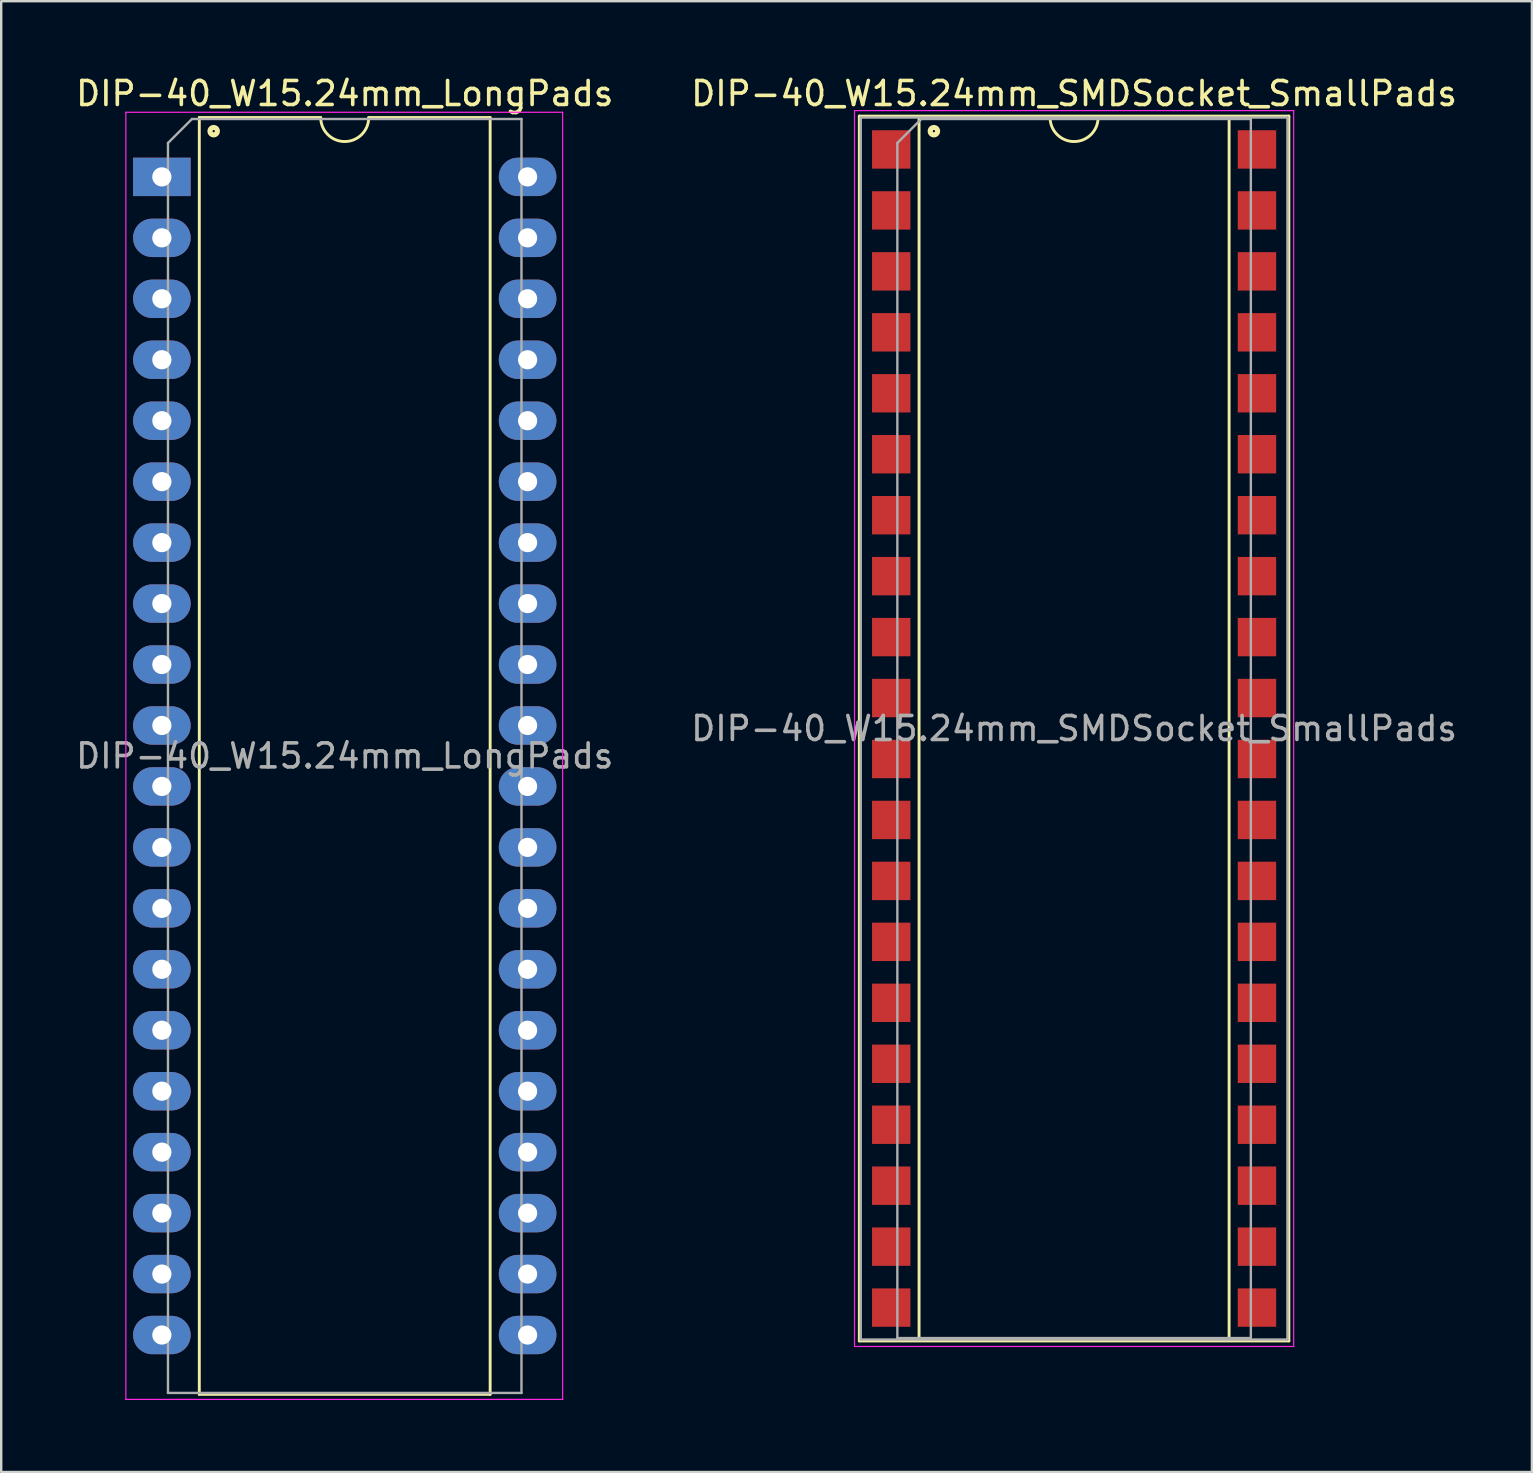
<source format=kicad_pcb>
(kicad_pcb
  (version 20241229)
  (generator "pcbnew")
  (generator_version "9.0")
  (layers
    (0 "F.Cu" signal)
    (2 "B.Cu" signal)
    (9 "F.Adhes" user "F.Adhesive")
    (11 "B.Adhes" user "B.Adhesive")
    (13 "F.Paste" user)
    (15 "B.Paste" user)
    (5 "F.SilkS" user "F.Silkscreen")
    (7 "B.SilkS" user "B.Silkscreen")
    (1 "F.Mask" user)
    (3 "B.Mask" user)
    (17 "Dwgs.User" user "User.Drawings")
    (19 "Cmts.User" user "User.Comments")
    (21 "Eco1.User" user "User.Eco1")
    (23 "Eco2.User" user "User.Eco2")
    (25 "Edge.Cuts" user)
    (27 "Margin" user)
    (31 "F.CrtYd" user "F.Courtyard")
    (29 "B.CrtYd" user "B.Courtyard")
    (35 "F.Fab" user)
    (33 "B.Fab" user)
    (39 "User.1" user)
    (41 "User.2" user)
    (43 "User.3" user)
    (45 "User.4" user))
  (footprint "DIP-40_W15.24mm_LongPads"
    (layer "F.Cu")
    (at 3.695 4.321)
    (property "Reference" "DIP-40_W15.24mm_LongPads" (at 7.62 -3.473 0) (layer "F.SilkS") (effects (font (size 1 1) (thickness 0.15))))
    (attr through_hole)
    (fp_line (start 1.56 -2.473) (end 1.56 50.733) (stroke (width 0.12) (type solid)) (layer "F.SilkS"))
    (fp_line (start 1.56 50.733) (end 13.68 50.733) (stroke (width 0.12) (type solid)) (layer "F.SilkS"))
    (fp_line (start 6.62 -2.473) (end 1.56 -2.473) (stroke (width 0.12) (type solid)) (layer "F.SilkS"))
    (fp_line (start 13.68 -2.473) (end 8.62 -2.473) (stroke (width 0.12) (type solid)) (layer "F.SilkS"))
    (fp_line (start 13.68 50.733) (end 13.68 -2.473) (stroke (width 0.12) (type solid)) (layer "F.SilkS"))
    (fp_arc (start 8.62 -2.473) (mid 7.62 -1.473) (end 6.62 -2.473) (stroke (width 0.12) (type solid)) (layer "F.SilkS"))
    (fp_circle (center 2.159 -1.905) (end 2.209 -1.905) (stroke (width 0.12) (type solid)) (fill no) (layer "F.SilkS"))
    (fp_circle (center 2.159 -1.905) (end 2.284 -1.905) (stroke (width 0.12) (type solid)) (fill no) (layer "F.SilkS"))
    (fp_circle (center 2.159 -1.905) (end 2.359 -1.905) (stroke (width 0.12) (type solid)) (fill no) (layer "F.SilkS"))
    (fp_line (start -1.5 -2.693) (end -1.5 50.943) (stroke (width 0.05) (type solid)) (layer "F.CrtYd"))
    (fp_line (start -1.5 50.943) (end 16.7 50.943) (stroke (width 0.05) (type solid)) (layer "F.CrtYd"))
    (fp_line (start 16.7 -2.693) (end -1.5 -2.693) (stroke (width 0.05) (type solid)) (layer "F.CrtYd"))
    (fp_line (start 16.7 50.943) (end 16.7 -2.693) (stroke (width 0.05) (type solid)) (layer "F.CrtYd"))
    (fp_line (start 0.255 -1.413) (end 1.255 -2.413) (stroke (width 0.1) (type solid)) (layer "F.Fab"))
    (fp_line (start 0.255 50.673) (end 0.255 -1.413) (stroke (width 0.1) (type solid)) (layer "F.Fab"))
    (fp_line (start 1.255 -2.413) (end 14.985 -2.413) (stroke (width 0.1) (type solid)) (layer "F.Fab"))
    (fp_line (start 14.985 -2.413) (end 14.985 50.673) (stroke (width 0.1) (type solid)) (layer "F.Fab"))
    (fp_line (start 14.985 50.673) (end 0.255 50.673) (stroke (width 0.1) (type solid)) (layer "F.Fab"))
    (fp_text user "${REFERENCE}" (at 7.62 24.13 0) (layer "F.Fab") (effects (font (size 1 1) (thickness 0.15))))
    (pad "1" thru_hole rect (at 0 0) (size 2.4 1.6) (drill 0.8) (layers "*.Cu" "*.Mask"))
    (pad "2" thru_hole oval (at 0 2.54) (size 2.4 1.6) (drill 0.8) (layers "*.Cu" "*.Mask"))
    (pad "3" thru_hole oval (at 0 5.08) (size 2.4 1.6) (drill 0.8) (layers "*.Cu" "*.Mask"))
    (pad "4" thru_hole oval (at 0 7.62) (size 2.4 1.6) (drill 0.8) (layers "*.Cu" "*.Mask"))
    (pad "5" thru_hole oval (at 0 10.16) (size 2.4 1.6) (drill 0.8) (layers "*.Cu" "*.Mask"))
    (pad "6" thru_hole oval (at 0 12.7) (size 2.4 1.6) (drill 0.8) (layers "*.Cu" "*.Mask"))
    (pad "7" thru_hole oval (at 0 15.24) (size 2.4 1.6) (drill 0.8) (layers "*.Cu" "*.Mask"))
    (pad "8" thru_hole oval (at 0 17.78) (size 2.4 1.6) (drill 0.8) (layers "*.Cu" "*.Mask"))
    (pad "9" thru_hole oval (at 0 20.32) (size 2.4 1.6) (drill 0.8) (layers "*.Cu" "*.Mask"))
    (pad "10" thru_hole oval (at 0 22.86) (size 2.4 1.6) (drill 0.8) (layers "*.Cu" "*.Mask"))
    (pad "11" thru_hole oval (at 0 25.4) (size 2.4 1.6) (drill 0.8) (layers "*.Cu" "*.Mask"))
    (pad "12" thru_hole oval (at 0 27.94) (size 2.4 1.6) (drill 0.8) (layers "*.Cu" "*.Mask"))
    (pad "13" thru_hole oval (at 0 30.48) (size 2.4 1.6) (drill 0.8) (layers "*.Cu" "*.Mask"))
    (pad "14" thru_hole oval (at 0 33.02) (size 2.4 1.6) (drill 0.8) (layers "*.Cu" "*.Mask"))
    (pad "15" thru_hole oval (at 0 35.56) (size 2.4 1.6) (drill 0.8) (layers "*.Cu" "*.Mask"))
    (pad "16" thru_hole oval (at 0 38.1) (size 2.4 1.6) (drill 0.8) (layers "*.Cu" "*.Mask"))
    (pad "17" thru_hole oval (at 0 40.64) (size 2.4 1.6) (drill 0.8) (layers "*.Cu" "*.Mask"))
    (pad "18" thru_hole oval (at 0 43.18) (size 2.4 1.6) (drill 0.8) (layers "*.Cu" "*.Mask"))
    (pad "19" thru_hole oval (at 0 45.72) (size 2.4 1.6) (drill 0.8) (layers "*.Cu" "*.Mask"))
    (pad "20" thru_hole oval (at 0 48.26) (size 2.4 1.6) (drill 0.8) (layers "*.Cu" "*.Mask"))
    (pad "21" thru_hole oval (at 15.24 48.26) (size 2.4 1.6) (drill 0.8) (layers "*.Cu" "*.Mask"))
    (pad "22" thru_hole oval (at 15.24 45.72) (size 2.4 1.6) (drill 0.8) (layers "*.Cu" "*.Mask"))
    (pad "23" thru_hole oval (at 15.24 43.18) (size 2.4 1.6) (drill 0.8) (layers "*.Cu" "*.Mask"))
    (pad "24" thru_hole oval (at 15.24 40.64) (size 2.4 1.6) (drill 0.8) (layers "*.Cu" "*.Mask"))
    (pad "25" thru_hole oval (at 15.24 38.1) (size 2.4 1.6) (drill 0.8) (layers "*.Cu" "*.Mask"))
    (pad "26" thru_hole oval (at 15.24 35.56) (size 2.4 1.6) (drill 0.8) (layers "*.Cu" "*.Mask"))
    (pad "27" thru_hole oval (at 15.24 33.02) (size 2.4 1.6) (drill 0.8) (layers "*.Cu" "*.Mask"))
    (pad "28" thru_hole oval (at 15.24 30.48) (size 2.4 1.6) (drill 0.8) (layers "*.Cu" "*.Mask"))
    (pad "29" thru_hole oval (at 15.24 27.94) (size 2.4 1.6) (drill 0.8) (layers "*.Cu" "*.Mask"))
    (pad "30" thru_hole oval (at 15.24 25.4) (size 2.4 1.6) (drill 0.8) (layers "*.Cu" "*.Mask"))
    (pad "31" thru_hole oval (at 15.24 22.86) (size 2.4 1.6) (drill 0.8) (layers "*.Cu" "*.Mask"))
    (pad "32" thru_hole oval (at 15.24 20.32) (size 2.4 1.6) (drill 0.8) (layers "*.Cu" "*.Mask"))
    (pad "33" thru_hole oval (at 15.24 17.78) (size 2.4 1.6) (drill 0.8) (layers "*.Cu" "*.Mask"))
    (pad "34" thru_hole oval (at 15.24 15.24) (size 2.4 1.6) (drill 0.8) (layers "*.Cu" "*.Mask"))
    (pad "35" thru_hole oval (at 15.24 12.7) (size 2.4 1.6) (drill 0.8) (layers "*.Cu" "*.Mask"))
    (pad "36" thru_hole oval (at 15.24 10.16) (size 2.4 1.6) (drill 0.8) (layers "*.Cu" "*.Mask"))
    (pad "37" thru_hole oval (at 15.24 7.62) (size 2.4 1.6) (drill 0.8) (layers "*.Cu" "*.Mask"))
    (pad "38" thru_hole oval (at 15.24 5.08) (size 2.4 1.6) (drill 0.8) (layers "*.Cu" "*.Mask"))
    (pad "39" thru_hole oval (at 15.24 2.54) (size 2.4 1.6) (drill 0.8) (layers "*.Cu" "*.Mask"))
    (pad "40" thru_hole oval (at 15.24 0) (size 2.4 1.6) (drill 0.8) (layers "*.Cu" "*.Mask")))
  (footprint "DIP-40_W15.24mm_SMDSocket_SmallPads"
    (layer "F.Cu")
    (at 41.708 27.308)
    (property "Reference" "DIP-40_W15.24mm_SMDSocket_SmallPads" (at 0 -26.46 0) (layer "F.SilkS") (effects (font (size 1 1) (thickness 0.15))))
    (attr smd)
    (fp_line (start -8.95 -25.52) (end -8.95 25.52) (stroke (width 0.12) (type solid)) (layer "F.SilkS"))
    (fp_line (start -8.95 25.52) (end 8.95 25.52) (stroke (width 0.12) (type solid)) (layer "F.SilkS"))
    (fp_line (start -6.46 -25.46) (end -6.46 25.46) (stroke (width 0.12) (type solid)) (layer "F.SilkS"))
    (fp_line (start -6.46 25.46) (end 6.46 25.46) (stroke (width 0.12) (type solid)) (layer "F.SilkS"))
    (fp_line (start -1 -25.46) (end -6.46 -25.46) (stroke (width 0.12) (type solid)) (layer "F.SilkS"))
    (fp_line (start 6.46 -25.46) (end 1 -25.46) (stroke (width 0.12) (type solid)) (layer "F.SilkS"))
    (fp_line (start 6.46 25.46) (end 6.46 -25.46) (stroke (width 0.12) (type solid)) (layer "F.SilkS"))
    (fp_line (start 8.95 -25.52) (end -8.95 -25.52) (stroke (width 0.12) (type solid)) (layer "F.SilkS"))
    (fp_line (start 8.95 25.52) (end 8.95 -25.52) (stroke (width 0.12) (type solid)) (layer "F.SilkS"))
    (fp_arc (start 1 -25.46) (mid 0 -24.46) (end -1 -25.46) (stroke (width 0.12) (type solid)) (layer "F.SilkS"))
    (fp_circle (center -5.842 -24.892) (end -5.792 -24.892) (stroke (width 0.12) (type solid)) (fill no) (layer "F.SilkS"))
    (fp_circle (center -5.842 -24.892) (end -5.717 -24.892) (stroke (width 0.12) (type solid)) (fill no) (layer "F.SilkS"))
    (fp_circle (center -5.842 -24.892) (end -5.642 -24.892) (stroke (width 0.12) (type solid)) (fill no) (layer "F.SilkS"))
    (fp_line (start -9.15 -25.75) (end -9.15 25.75) (stroke (width 0.05) (type solid)) (layer "F.CrtYd"))
    (fp_line (start -9.15 25.75) (end 9.15 25.75) (stroke (width 0.05) (type solid)) (layer "F.CrtYd"))
    (fp_line (start 9.15 -25.75) (end -9.15 -25.75) (stroke (width 0.05) (type solid)) (layer "F.CrtYd"))
    (fp_line (start 9.15 25.75) (end 9.15 -25.75) (stroke (width 0.05) (type solid)) (layer "F.CrtYd"))
    (fp_line (start -8.89 -25.46) (end -8.89 25.46) (stroke (width 0.1) (type solid)) (layer "F.Fab"))
    (fp_line (start -8.89 25.46) (end 8.89 25.46) (stroke (width 0.1) (type solid)) (layer "F.Fab"))
    (fp_line (start -7.365 -24.4) (end -6.365 -25.4) (stroke (width 0.1) (type solid)) (layer "F.Fab"))
    (fp_line (start -7.365 25.4) (end -7.365 -24.4) (stroke (width 0.1) (type solid)) (layer "F.Fab"))
    (fp_line (start -6.365 -25.4) (end 7.365 -25.4) (stroke (width 0.1) (type solid)) (layer "F.Fab"))
    (fp_line (start 7.365 -25.4) (end 7.365 25.4) (stroke (width 0.1) (type solid)) (layer "F.Fab"))
    (fp_line (start 7.365 25.4) (end -7.365 25.4) (stroke (width 0.1) (type solid)) (layer "F.Fab"))
    (fp_line (start 8.89 -25.46) (end -8.89 -25.46) (stroke (width 0.1) (type solid)) (layer "F.Fab"))
    (fp_line (start 8.89 25.46) (end 8.89 -25.46) (stroke (width 0.1) (type solid)) (layer "F.Fab"))
    (fp_text user "${REFERENCE}" (at 0 0 0) (layer "F.Fab") (effects (font (size 1 1) (thickness 0.15))))
    (pad "1" smd rect (at -7.62 -24.13) (size 1.6 1.6) (layers "F.Cu" "F.Mask" "F.Paste"))
    (pad "2" smd rect (at -7.62 -21.59) (size 1.6 1.6) (layers "F.Cu" "F.Mask" "F.Paste"))
    (pad "3" smd rect (at -7.62 -19.05) (size 1.6 1.6) (layers "F.Cu" "F.Mask" "F.Paste"))
    (pad "4" smd rect (at -7.62 -16.51) (size 1.6 1.6) (layers "F.Cu" "F.Mask" "F.Paste"))
    (pad "5" smd rect (at -7.62 -13.97) (size 1.6 1.6) (layers "F.Cu" "F.Mask" "F.Paste"))
    (pad "6" smd rect (at -7.62 -11.43) (size 1.6 1.6) (layers "F.Cu" "F.Mask" "F.Paste"))
    (pad "7" smd rect (at -7.62 -8.89) (size 1.6 1.6) (layers "F.Cu" "F.Mask" "F.Paste"))
    (pad "8" smd rect (at -7.62 -6.35) (size 1.6 1.6) (layers "F.Cu" "F.Mask" "F.Paste"))
    (pad "9" smd rect (at -7.62 -3.81) (size 1.6 1.6) (layers "F.Cu" "F.Mask" "F.Paste"))
    (pad "10" smd rect (at -7.62 -1.27) (size 1.6 1.6) (layers "F.Cu" "F.Mask" "F.Paste"))
    (pad "11" smd rect (at -7.62 1.27) (size 1.6 1.6) (layers "F.Cu" "F.Mask" "F.Paste"))
    (pad "12" smd rect (at -7.62 3.81) (size 1.6 1.6) (layers "F.Cu" "F.Mask" "F.Paste"))
    (pad "13" smd rect (at -7.62 6.35) (size 1.6 1.6) (layers "F.Cu" "F.Mask" "F.Paste"))
    (pad "14" smd rect (at -7.62 8.89) (size 1.6 1.6) (layers "F.Cu" "F.Mask" "F.Paste"))
    (pad "15" smd rect (at -7.62 11.43) (size 1.6 1.6) (layers "F.Cu" "F.Mask" "F.Paste"))
    (pad "16" smd rect (at -7.62 13.97) (size 1.6 1.6) (layers "F.Cu" "F.Mask" "F.Paste"))
    (pad "17" smd rect (at -7.62 16.51) (size 1.6 1.6) (layers "F.Cu" "F.Mask" "F.Paste"))
    (pad "18" smd rect (at -7.62 19.05) (size 1.6 1.6) (layers "F.Cu" "F.Mask" "F.Paste"))
    (pad "19" smd rect (at -7.62 21.59) (size 1.6 1.6) (layers "F.Cu" "F.Mask" "F.Paste"))
    (pad "20" smd rect (at -7.62 24.13) (size 1.6 1.6) (layers "F.Cu" "F.Mask" "F.Paste"))
    (pad "21" smd rect (at 7.62 24.13) (size 1.6 1.6) (layers "F.Cu" "F.Mask" "F.Paste"))
    (pad "22" smd rect (at 7.62 21.59) (size 1.6 1.6) (layers "F.Cu" "F.Mask" "F.Paste"))
    (pad "23" smd rect (at 7.62 19.05) (size 1.6 1.6) (layers "F.Cu" "F.Mask" "F.Paste"))
    (pad "24" smd rect (at 7.62 16.51) (size 1.6 1.6) (layers "F.Cu" "F.Mask" "F.Paste"))
    (pad "25" smd rect (at 7.62 13.97) (size 1.6 1.6) (layers "F.Cu" "F.Mask" "F.Paste"))
    (pad "26" smd rect (at 7.62 11.43) (size 1.6 1.6) (layers "F.Cu" "F.Mask" "F.Paste"))
    (pad "27" smd rect (at 7.62 8.89) (size 1.6 1.6) (layers "F.Cu" "F.Mask" "F.Paste"))
    (pad "28" smd rect (at 7.62 6.35) (size 1.6 1.6) (layers "F.Cu" "F.Mask" "F.Paste"))
    (pad "29" smd rect (at 7.62 3.81) (size 1.6 1.6) (layers "F.Cu" "F.Mask" "F.Paste"))
    (pad "30" smd rect (at 7.62 1.27) (size 1.6 1.6) (layers "F.Cu" "F.Mask" "F.Paste"))
    (pad "31" smd rect (at 7.62 -1.27) (size 1.6 1.6) (layers "F.Cu" "F.Mask" "F.Paste"))
    (pad "32" smd rect (at 7.62 -3.81) (size 1.6 1.6) (layers "F.Cu" "F.Mask" "F.Paste"))
    (pad "33" smd rect (at 7.62 -6.35) (size 1.6 1.6) (layers "F.Cu" "F.Mask" "F.Paste"))
    (pad "34" smd rect (at 7.62 -8.89) (size 1.6 1.6) (layers "F.Cu" "F.Mask" "F.Paste"))
    (pad "35" smd rect (at 7.62 -11.43) (size 1.6 1.6) (layers "F.Cu" "F.Mask" "F.Paste"))
    (pad "36" smd rect (at 7.62 -13.97) (size 1.6 1.6) (layers "F.Cu" "F.Mask" "F.Paste"))
    (pad "37" smd rect (at 7.62 -16.51) (size 1.6 1.6) (layers "F.Cu" "F.Mask" "F.Paste"))
    (pad "38" smd rect (at 7.62 -19.05) (size 1.6 1.6) (layers "F.Cu" "F.Mask" "F.Paste"))
    (pad "39" smd rect (at 7.62 -21.59) (size 1.6 1.6) (layers "F.Cu" "F.Mask" "F.Paste"))
    (pad "40" smd rect (at 7.62 -24.13) (size 1.6 1.6) (layers "F.Cu" "F.Mask" "F.Paste")))
  (gr_rect
    (start -3 -3)
    (end 60.786 58.289)
    (stroke (width 0.1) (type default))
    (fill no)
    (layer "Edge.Cuts")))
</source>
